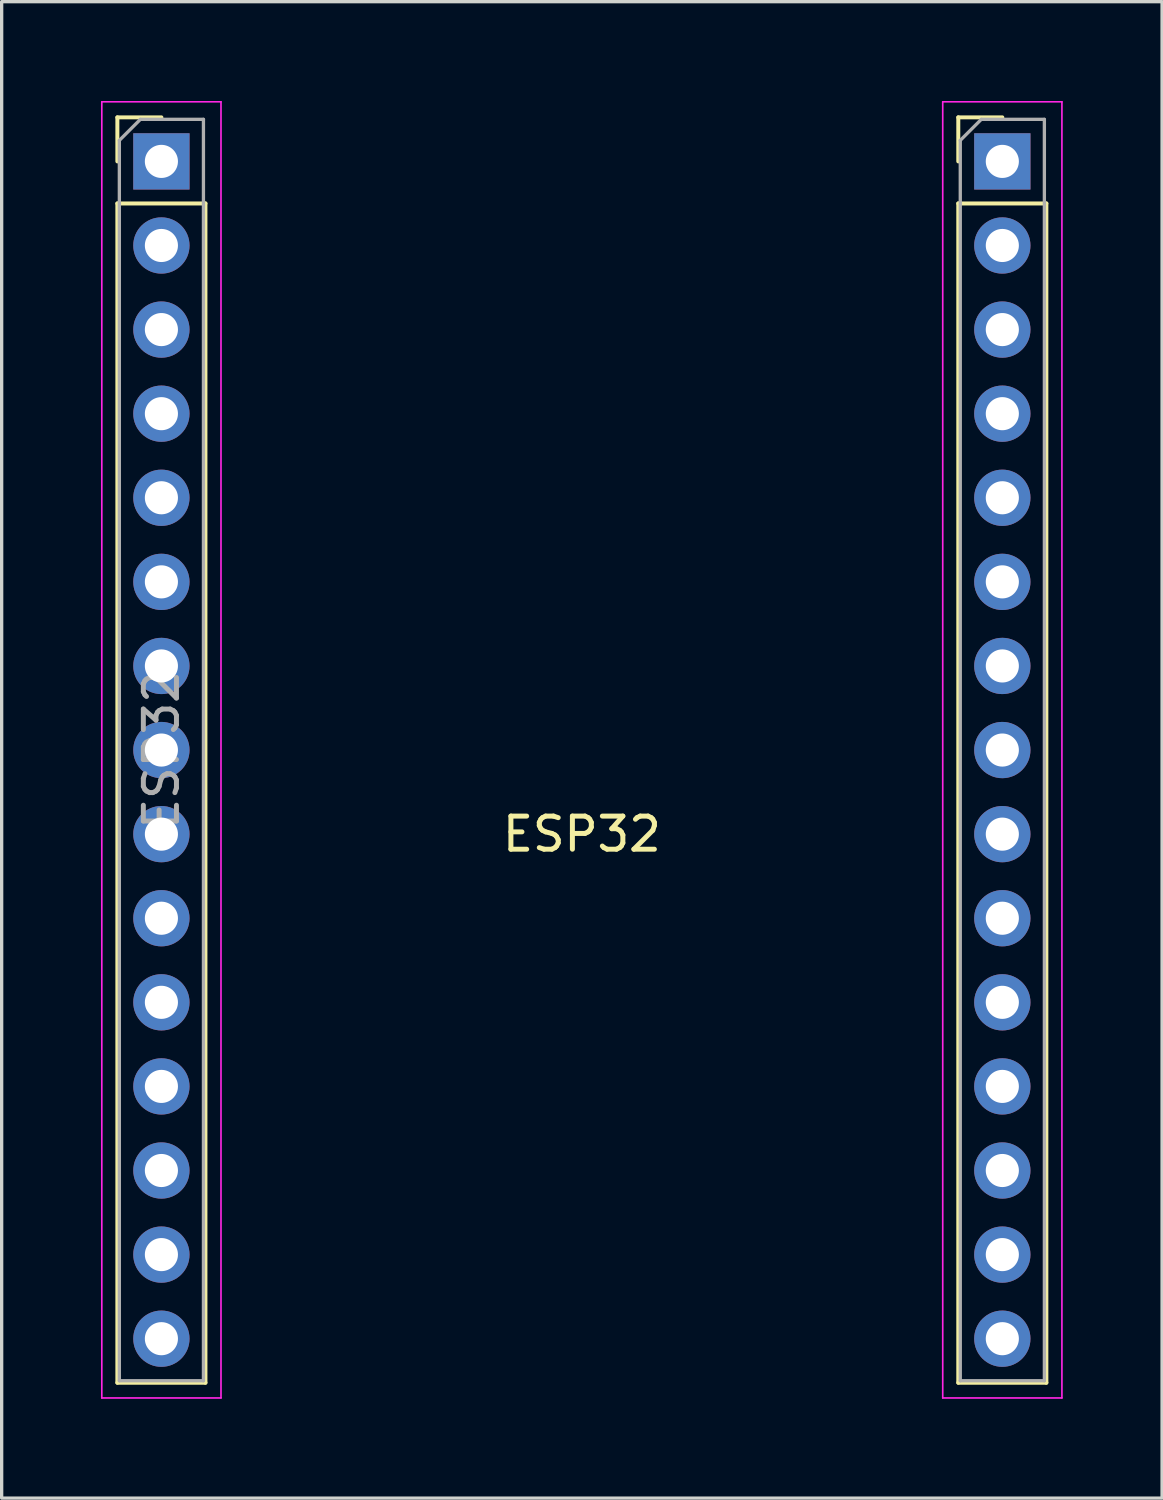
<source format=kicad_pcb>
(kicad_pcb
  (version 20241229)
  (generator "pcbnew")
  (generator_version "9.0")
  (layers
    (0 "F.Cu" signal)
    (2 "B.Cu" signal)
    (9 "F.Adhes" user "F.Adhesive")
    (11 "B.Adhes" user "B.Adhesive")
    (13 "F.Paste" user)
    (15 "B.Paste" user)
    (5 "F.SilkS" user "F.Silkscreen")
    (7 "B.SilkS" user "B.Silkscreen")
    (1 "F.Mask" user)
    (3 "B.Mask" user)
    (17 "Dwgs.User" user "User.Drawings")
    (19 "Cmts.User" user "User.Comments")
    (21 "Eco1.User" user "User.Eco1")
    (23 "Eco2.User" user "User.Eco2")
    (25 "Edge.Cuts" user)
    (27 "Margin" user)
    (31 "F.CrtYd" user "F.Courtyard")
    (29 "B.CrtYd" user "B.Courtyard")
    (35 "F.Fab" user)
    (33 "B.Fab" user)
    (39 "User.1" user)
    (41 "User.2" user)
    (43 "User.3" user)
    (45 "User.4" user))
  (footprint "ESP32"
    (layer "F.Cu")
    (at 14.525 19.605)
    (property "Reference" "ESP32" (at 0 2.54 0) (layer "F.SilkS") (effects (font (size 1 1) (thickness 0.15))))
    (attr through_hole)
    (fp_line (start -14.03 -19.11) (end -12.7 -19.11) (stroke (width 0.12) (type solid)) (layer "F.SilkS"))
    (fp_line (start -14.03 -17.78) (end -14.03 -19.11) (stroke (width 0.12) (type solid)) (layer "F.SilkS"))
    (fp_line (start -14.03 -16.51) (end -14.03 19.11) (stroke (width 0.12) (type solid)) (layer "F.SilkS"))
    (fp_line (start -14.03 -16.51) (end -11.37 -16.51) (stroke (width 0.12) (type solid)) (layer "F.SilkS"))
    (fp_line (start -14.03 19.11) (end -11.37 19.11) (stroke (width 0.12) (type solid)) (layer "F.SilkS"))
    (fp_line (start -11.37 -16.51) (end -11.37 19.11) (stroke (width 0.12) (type solid)) (layer "F.SilkS"))
    (fp_line (start 11.37 -19.11) (end 12.7 -19.11) (stroke (width 0.12) (type solid)) (layer "F.SilkS"))
    (fp_line (start 11.37 -17.78) (end 11.37 -19.11) (stroke (width 0.12) (type solid)) (layer "F.SilkS"))
    (fp_line (start 11.37 -16.51) (end 11.37 19.11) (stroke (width 0.12) (type solid)) (layer "F.SilkS"))
    (fp_line (start 11.37 -16.51) (end 14.03 -16.51) (stroke (width 0.12) (type solid)) (layer "F.SilkS"))
    (fp_line (start 11.37 19.11) (end 14.03 19.11) (stroke (width 0.12) (type solid)) (layer "F.SilkS"))
    (fp_line (start 14.03 -16.51) (end 14.03 19.11) (stroke (width 0.12) (type solid)) (layer "F.SilkS"))
    (fp_line (start -14.5 -19.58) (end -14.5 19.57) (stroke (width 0.05) (type solid)) (layer "F.CrtYd"))
    (fp_line (start -14.5 19.57) (end -10.9 19.57) (stroke (width 0.05) (type solid)) (layer "F.CrtYd"))
    (fp_line (start -10.9 -19.58) (end -14.5 -19.58) (stroke (width 0.05) (type solid)) (layer "F.CrtYd"))
    (fp_line (start -10.9 19.57) (end -10.9 -19.58) (stroke (width 0.05) (type solid)) (layer "F.CrtYd"))
    (fp_line (start 10.9 -19.58) (end 10.9 19.57) (stroke (width 0.05) (type solid)) (layer "F.CrtYd"))
    (fp_line (start 10.9 19.57) (end 14.5 19.57) (stroke (width 0.05) (type solid)) (layer "F.CrtYd"))
    (fp_line (start 14.5 -19.58) (end 10.9 -19.58) (stroke (width 0.05) (type solid)) (layer "F.CrtYd"))
    (fp_line (start 14.5 19.57) (end 14.5 -19.58) (stroke (width 0.05) (type solid)) (layer "F.CrtYd"))
    (fp_line (start -13.97 -18.415) (end -13.335 -19.05) (stroke (width 0.1) (type solid)) (layer "F.Fab"))
    (fp_line (start -13.97 19.05) (end -13.97 -18.415) (stroke (width 0.1) (type solid)) (layer "F.Fab"))
    (fp_line (start -13.335 -19.05) (end -11.43 -19.05) (stroke (width 0.1) (type solid)) (layer "F.Fab"))
    (fp_line (start -11.43 -19.05) (end -11.43 19.05) (stroke (width 0.1) (type solid)) (layer "F.Fab"))
    (fp_line (start -11.43 19.05) (end -13.97 19.05) (stroke (width 0.1) (type solid)) (layer "F.Fab"))
    (fp_line (start 11.43 -18.415) (end 12.065 -19.05) (stroke (width 0.1) (type solid)) (layer "F.Fab"))
    (fp_line (start 11.43 19.05) (end 11.43 -18.415) (stroke (width 0.1) (type solid)) (layer "F.Fab"))
    (fp_line (start 12.065 -19.05) (end 13.97 -19.05) (stroke (width 0.1) (type solid)) (layer "F.Fab"))
    (fp_line (start 13.97 -19.05) (end 13.97 19.05) (stroke (width 0.1) (type solid)) (layer "F.Fab"))
    (fp_line (start 13.97 19.05) (end 11.43 19.05) (stroke (width 0.1) (type solid)) (layer "F.Fab"))
    (fp_text user "${REFERENCE}" (at -12.7 0 90) (layer "F.Fab") (effects (font (size 1 1) (thickness 0.15))))
    (pad "1" thru_hole rect (at -12.7 -17.78) (size 1.7 1.7) (drill 1) (layers "*.Cu" "*.Mask"))
    (pad "2" thru_hole oval (at -12.7 -15.24) (size 1.7 1.7) (drill 1) (layers "*.Cu" "*.Mask"))
    (pad "3" thru_hole oval (at -12.7 -12.7) (size 1.7 1.7) (drill 1) (layers "*.Cu" "*.Mask"))
    (pad "4" thru_hole oval (at -12.7 -10.16) (size 1.7 1.7) (drill 1) (layers "*.Cu" "*.Mask"))
    (pad "5" thru_hole oval (at -12.7 -7.62) (size 1.7 1.7) (drill 1) (layers "*.Cu" "*.Mask"))
    (pad "6" thru_hole oval (at -12.7 -5.08) (size 1.7 1.7) (drill 1) (layers "*.Cu" "*.Mask"))
    (pad "7" thru_hole oval (at -12.7 -2.54) (size 1.7 1.7) (drill 1) (layers "*.Cu" "*.Mask"))
    (pad "8" thru_hole oval (at -12.7 0) (size 1.7 1.7) (drill 1) (layers "*.Cu" "*.Mask"))
    (pad "9" thru_hole oval (at -12.7 2.54) (size 1.7 1.7) (drill 1) (layers "*.Cu" "*.Mask"))
    (pad "10" thru_hole oval (at -12.7 5.08) (size 1.7 1.7) (drill 1) (layers "*.Cu" "*.Mask"))
    (pad "11" thru_hole oval (at -12.7 7.62) (size 1.7 1.7) (drill 1) (layers "*.Cu" "*.Mask"))
    (pad "12" thru_hole oval (at -12.7 10.16) (size 1.7 1.7) (drill 1) (layers "*.Cu" "*.Mask"))
    (pad "13" thru_hole oval (at -12.7 12.7) (size 1.7 1.7) (drill 1) (layers "*.Cu" "*.Mask"))
    (pad "14" thru_hole oval (at -12.7 15.24) (size 1.7 1.7) (drill 1) (layers "*.Cu" "*.Mask"))
    (pad "15" thru_hole oval (at -12.7 17.78) (size 1.7 1.7) (drill 1) (layers "*.Cu" "*.Mask"))
    (pad "16" thru_hole oval (at 12.7 17.78) (size 1.7 1.7) (drill 1) (layers "*.Cu" "*.Mask"))
    (pad "17" thru_hole oval (at 12.7 15.24) (size 1.7 1.7) (drill 1) (layers "*.Cu" "*.Mask"))
    (pad "18" thru_hole oval (at 12.7 12.7) (size 1.7 1.7) (drill 1) (layers "*.Cu" "*.Mask"))
    (pad "19" thru_hole oval (at 12.7 10.16) (size 1.7 1.7) (drill 1) (layers "*.Cu" "*.Mask"))
    (pad "20" thru_hole oval (at 12.7 7.62) (size 1.7 1.7) (drill 1) (layers "*.Cu" "*.Mask"))
    (pad "21" thru_hole oval (at 12.7 5.08) (size 1.7 1.7) (drill 1) (layers "*.Cu" "*.Mask"))
    (pad "22" thru_hole oval (at 12.7 2.54) (size 1.7 1.7) (drill 1) (layers "*.Cu" "*.Mask"))
    (pad "23" thru_hole oval (at 12.7 0) (size 1.7 1.7) (drill 1) (layers "*.Cu" "*.Mask"))
    (pad "24" thru_hole oval (at 12.7 -2.54) (size 1.7 1.7) (drill 1) (layers "*.Cu" "*.Mask"))
    (pad "25" thru_hole oval (at 12.7 -5.08) (size 1.7 1.7) (drill 1) (layers "*.Cu" "*.Mask"))
    (pad "26" thru_hole oval (at 12.7 -7.62) (size 1.7 1.7) (drill 1) (layers "*.Cu" "*.Mask"))
    (pad "27" thru_hole oval (at 12.7 -10.16) (size 1.7 1.7) (drill 1) (layers "*.Cu" "*.Mask"))
    (pad "28" thru_hole oval (at 12.7 -12.7) (size 1.7 1.7) (drill 1) (layers "*.Cu" "*.Mask"))
    (pad "29" thru_hole oval (at 12.7 -15.24) (size 1.7 1.7) (drill 1) (layers "*.Cu" "*.Mask"))
    (pad "30" thru_hole rect (at 12.7 -17.78) (size 1.7 1.7) (drill 1) (layers "*.Cu" "*.Mask")))
  (gr_rect
    (start -3 -3)
    (end 32.05 42.2)
    (stroke (width 0.1) (type default))
    (fill no)
    (layer "Edge.Cuts")))
</source>
